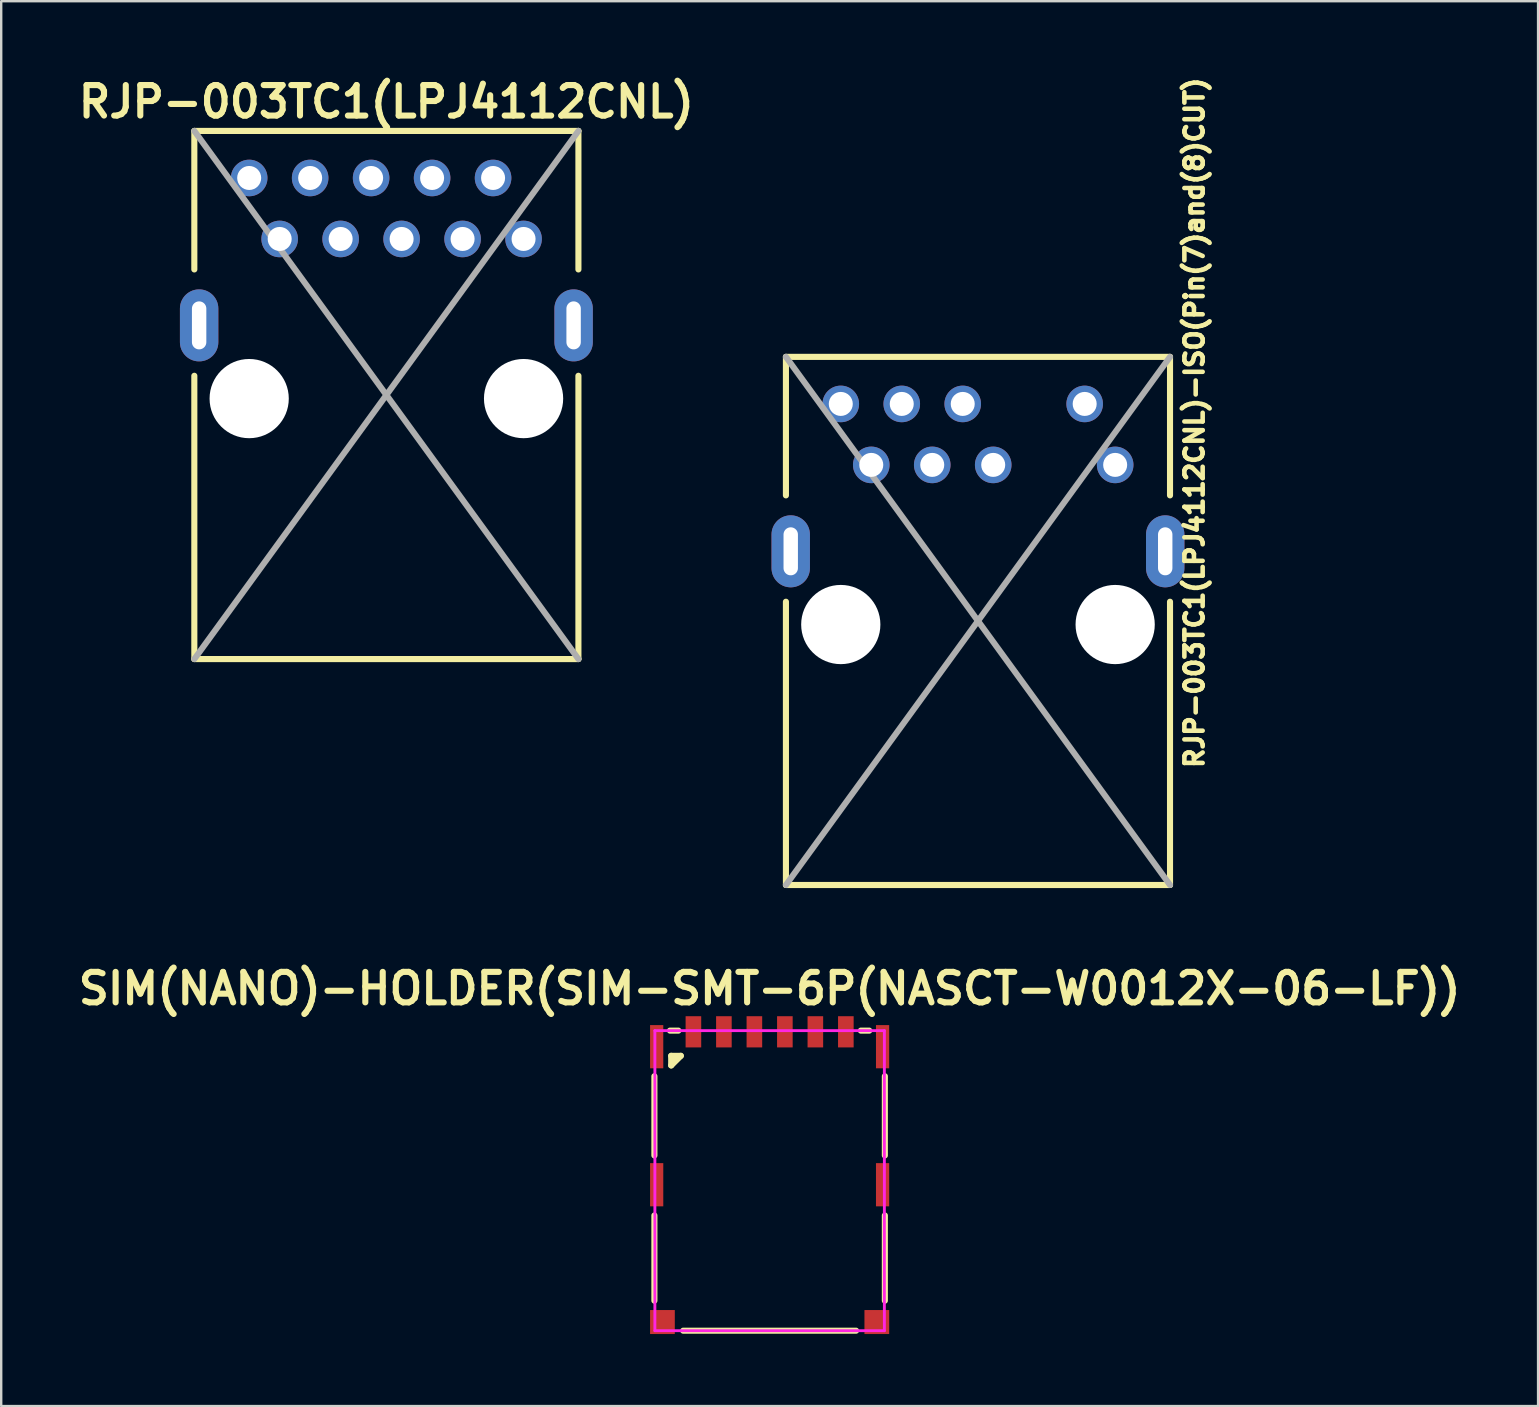
<source format=kicad_pcb>
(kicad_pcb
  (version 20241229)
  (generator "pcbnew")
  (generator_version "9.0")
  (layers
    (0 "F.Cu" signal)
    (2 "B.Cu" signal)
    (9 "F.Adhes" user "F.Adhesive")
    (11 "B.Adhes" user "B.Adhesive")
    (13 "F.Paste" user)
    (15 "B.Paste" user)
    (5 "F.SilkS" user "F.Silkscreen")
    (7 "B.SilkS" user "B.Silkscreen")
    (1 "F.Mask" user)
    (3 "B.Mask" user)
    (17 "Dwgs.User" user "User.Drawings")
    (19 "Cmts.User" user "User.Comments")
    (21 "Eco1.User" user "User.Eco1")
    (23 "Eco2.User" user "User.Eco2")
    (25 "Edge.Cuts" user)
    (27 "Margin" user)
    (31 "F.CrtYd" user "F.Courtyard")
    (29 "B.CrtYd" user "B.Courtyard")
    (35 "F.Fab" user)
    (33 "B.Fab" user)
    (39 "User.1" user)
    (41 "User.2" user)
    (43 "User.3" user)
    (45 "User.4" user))
  (footprint "SIM(NANO)-HOLDER(SIM-SMT-6P(NASCT-W0012X-06-LF))"
    (layer "F.Cu")
    (at 29.01 46.132)
    (property "Reference" "SIM(NANO)-HOLDER(SIM-SMT-6P(NASCT-W0012X-06-LF))" (at 0 -8.001 0) (layer "F.SilkS") (effects (font (size 1.27 1.27) (thickness 0.254))))
    (attr through_hole)
    (fp_line (start -4.8 -4.35) (end -4.8 -1.05) (stroke (width 0.254) (type solid)) (layer "F.SilkS"))
    (fp_line (start -4.8 1.45) (end -4.8 5) (stroke (width 0.254) (type solid)) (layer "F.SilkS"))
    (fp_line (start -4.15 -6.25) (end -3.8 -6.25) (stroke (width 0.254) (type solid)) (layer "F.SilkS"))
    (fp_line (start -4.1 -5.2) (end -4.1 -4.8) (stroke (width 0.254) (type solid)) (layer "F.SilkS"))
    (fp_line (start -4.1 -5.2) (end -3.7 -5.2) (stroke (width 0.254) (type solid)) (layer "F.SilkS"))
    (fp_line (start -3.7 -5.2) (end -4.1 -4.8) (stroke (width 0.254) (type solid)) (layer "F.SilkS"))
    (fp_line (start -3.6 6.25) (end 3.6 6.25) (stroke (width 0.254) (type solid)) (layer "F.SilkS"))
    (fp_line (start 3.8 -6.25) (end 4.15 -6.25) (stroke (width 0.254) (type solid)) (layer "F.SilkS"))
    (fp_line (start 4.8 -4.35) (end 4.8 -1.05) (stroke (width 0.254) (type solid)) (layer "F.SilkS"))
    (fp_line (start 4.8 1.45) (end 4.8 5) (stroke (width 0.254) (type solid)) (layer "F.SilkS"))
    (fp_line (start -4.78 -6.25) (end -4.78 6.25) (stroke (width 0.12) (type solid)) (layer "F.CrtYd"))
    (fp_line (start -4.78 6.25) (end 4.78 6.25) (stroke (width 0.12) (type solid)) (layer "F.CrtYd"))
    (fp_line (start 4.78 -6.25) (end -4.78 -6.25) (stroke (width 0.12) (type solid)) (layer "F.CrtYd"))
    (fp_line (start 4.78 6.25) (end 4.78 -6.25) (stroke (width 0.12) (type solid)) (layer "F.CrtYd"))
    (pad "0" smd rect (at -4.705 -5.58) (size 0.55 1.8) (layers "F.Cu" "F.Mask" "F.Paste"))
    (pad "0" smd rect (at -4.705 0.17) (size 0.55 1.8) (layers "F.Cu" "F.Mask" "F.Paste"))
    (pad "0" smd rect (at -4.465 5.89) (size 1.03 1) (layers "F.Cu" "F.Mask" "F.Paste"))
    (pad "0" smd rect (at 4.465 5.89) (size 1.03 1) (layers "F.Cu" "F.Mask" "F.Paste"))
    (pad "0" smd rect (at 4.705 -5.58) (size 0.55 1.8) (layers "F.Cu" "F.Mask" "F.Paste"))
    (pad "0" smd rect (at 4.705 0.17) (size 0.55 1.8) (layers "F.Cu" "F.Mask" "F.Paste"))
    (pad "1" smd rect (at 1.905 -6.2) (size 0.65 1.3) (layers "F.Cu" "F.Mask" "F.Paste"))
    (pad "2" smd rect (at -0.635 -6.2) (size 0.65 1.3) (layers "F.Cu" "F.Mask" "F.Paste"))
    (pad "3" smd rect (at -1.905 -6.2) (size 0.65 1.3) (layers "F.Cu" "F.Mask" "F.Paste"))
    (pad "5" smd rect (at 3.175 -6.2) (size 0.65 1.3) (layers "F.Cu" "F.Mask" "F.Paste"))
    (pad "6" smd rect (at 0.635 -6.2) (size 0.65 1.3) (layers "F.Cu" "F.Mask" "F.Paste"))
    (pad "7" smd rect (at -3.175 -6.2) (size 0.65 1.3) (layers "F.Cu" "F.Mask" "F.Paste")))
  (footprint "RJP-003TC1(LPJ4112CNL)"
    (layer "F.Cu")
    (at 13.045 13.404)
    (property "Reference" "RJP-003TC1(LPJ4112CNL)" (at 0 -12.215 0) (layer "F.SilkS") (effects (font (size 1.27 1.27) (thickness 0.254))))
    (attr exclude_from_pos_files exclude_from_bom)
    (fp_line (start -8 -11) (end 8 -11) (stroke (width 0.254) (type solid)) (layer "F.SilkS"))
    (fp_line (start -8 -5.23) (end -8 -11) (stroke (width 0.254) (type solid)) (layer "F.SilkS"))
    (fp_line (start -8 11) (end -8 -0.8) (stroke (width 0.254) (type solid)) (layer "F.SilkS"))
    (fp_line (start 8 -11) (end 8 -5.23) (stroke (width 0.254) (type solid)) (layer "F.SilkS"))
    (fp_line (start 8 -0.8) (end 8 11) (stroke (width 0.254) (type solid)) (layer "F.SilkS"))
    (fp_line (start 8 11) (end -8 11) (stroke (width 0.254) (type solid)) (layer "F.SilkS"))
    (fp_line (start -8 -11) (end 8 11) (stroke (width 0.254) (type solid)) (layer "F.Fab"))
    (fp_line (start 8 -11) (end -8 11) (stroke (width 0.254) (type solid)) (layer "F.Fab"))
    (pad "" np_thru_hole circle (at -5.715 0.15) (size 3.3 3.3) (drill 3.3) (layers "*.Cu" "*.Mask"))
    (pad "" np_thru_hole circle (at 5.715 0.15) (size 3.3 3.3) (drill 3.3) (layers "*.Cu" "*.Mask"))
    (pad "0" thru_hole oval (at -7.8 -2.9) (size 1.6 3) (drill oval 0.6 2) (layers "*.Cu" "*.Mask"))
    (pad "0" thru_hole oval (at 7.8 -2.9) (size 1.6 3) (drill oval 0.6 2) (layers "*.Cu" "*.Mask"))
    (pad "1" thru_hole circle (at -5.715 -9.04) (size 1.524 1.524) (drill 1) (layers "*.Cu" "*.Mask"))
    (pad "2" thru_hole circle (at -4.445 -6.5) (size 1.524 1.524) (drill 1) (layers "*.Cu" "*.Mask"))
    (pad "3" thru_hole circle (at -3.175 -9.04) (size 1.524 1.524) (drill 1) (layers "*.Cu" "*.Mask"))
    (pad "4" thru_hole circle (at -1.905 -6.5) (size 1.524 1.524) (drill 1) (layers "*.Cu" "*.Mask"))
    (pad "5" thru_hole circle (at -0.635 -9.04) (size 1.524 1.524) (drill 1) (layers "*.Cu" "*.Mask"))
    (pad "6" thru_hole circle (at 0.635 -6.5) (size 1.524 1.524) (drill 1) (layers "*.Cu" "*.Mask"))
    (pad "7" thru_hole circle (at 1.905 -9.04) (size 1.524 1.524) (drill 1) (layers "*.Cu" "*.Mask"))
    (pad "8" thru_hole circle (at 3.175 -6.5) (size 1.524 1.524) (drill 1) (layers "*.Cu" "*.Mask"))
    (pad "9" thru_hole circle (at 4.445 -9.04) (size 1.524 1.524) (drill 1) (layers "*.Cu" "*.Mask"))
    (pad "10" thru_hole circle (at 5.715 -6.5) (size 1.524 1.524) (drill 1) (layers "*.Cu" "*.Mask")))
  (footprint "RJP-003TC1(LPJ4112CNL)-ISO(Pin(7)and(8)CUT)"
    (layer "F.Cu")
    (at 37.689 22.816)
    (property "Reference" "RJP-003TC1(LPJ4112CNL)-ISO(Pin(7)and(8)CUT)" (at 9.017 -8.255 90) (layer "F.SilkS") (effects (font (size 0.762 0.762) (thickness 0.191))))
    (attr exclude_from_pos_files exclude_from_bom)
    (fp_line (start -8 -11) (end 8 -11) (stroke (width 0.254) (type solid)) (layer "F.SilkS"))
    (fp_line (start -8 -5.23) (end -8 -11) (stroke (width 0.254) (type solid)) (layer "F.SilkS"))
    (fp_line (start -8 11) (end -8 -0.8) (stroke (width 0.254) (type solid)) (layer "F.SilkS"))
    (fp_line (start 8 -11) (end 8 -5.23) (stroke (width 0.254) (type solid)) (layer "F.SilkS"))
    (fp_line (start 8 -0.8) (end 8 11) (stroke (width 0.254) (type solid)) (layer "F.SilkS"))
    (fp_line (start 8 11) (end -8 11) (stroke (width 0.254) (type solid)) (layer "F.SilkS"))
    (fp_line (start -8 -11) (end 8 11) (stroke (width 0.254) (type solid)) (layer "F.Fab"))
    (fp_line (start 8 -11) (end -8 11) (stroke (width 0.254) (type solid)) (layer "F.Fab"))
    (pad "" np_thru_hole circle (at -5.715 0.15) (size 3.3 3.3) (drill 3.3) (layers "*.Cu" "*.Mask"))
    (pad "" np_thru_hole circle (at 5.715 0.15) (size 3.3 3.3) (drill 3.3) (layers "*.Cu" "*.Mask"))
    (pad "0" thru_hole oval (at -7.8 -2.9) (size 1.6 3) (drill oval 0.6 2) (layers "*.Cu" "*.Mask"))
    (pad "0" thru_hole oval (at 7.8 -2.9) (size 1.6 3) (drill oval 0.6 2) (layers "*.Cu" "*.Mask"))
    (pad "1" thru_hole circle (at -5.715 -9.04) (size 1.524 1.524) (drill 1) (layers "*.Cu" "*.Mask"))
    (pad "2" thru_hole circle (at -4.445 -6.5) (size 1.524 1.524) (drill 1) (layers "*.Cu" "*.Mask"))
    (pad "3" thru_hole circle (at -3.175 -9.04) (size 1.524 1.524) (drill 1) (layers "*.Cu" "*.Mask"))
    (pad "4" thru_hole circle (at -1.905 -6.5) (size 1.524 1.524) (drill 1) (layers "*.Cu" "*.Mask"))
    (pad "5" thru_hole circle (at -0.635 -9.04) (size 1.524 1.524) (drill 1) (layers "*.Cu" "*.Mask"))
    (pad "6" thru_hole circle (at 0.635 -6.5) (size 1.524 1.524) (drill 1) (layers "*.Cu" "*.Mask"))
    (pad "9" thru_hole circle (at 4.445 -9.04) (size 1.524 1.524) (drill 1) (layers "*.Cu" "*.Mask"))
    (pad "10" thru_hole circle (at 5.715 -6.5) (size 1.524 1.524) (drill 1) (layers "*.Cu" "*.Mask")))
  (gr_rect
    (start -3 -3)
    (end 61.021 55.522)
    (stroke (width 0.1) (type default))
    (fill no)
    (layer "Edge.Cuts")))
</source>
